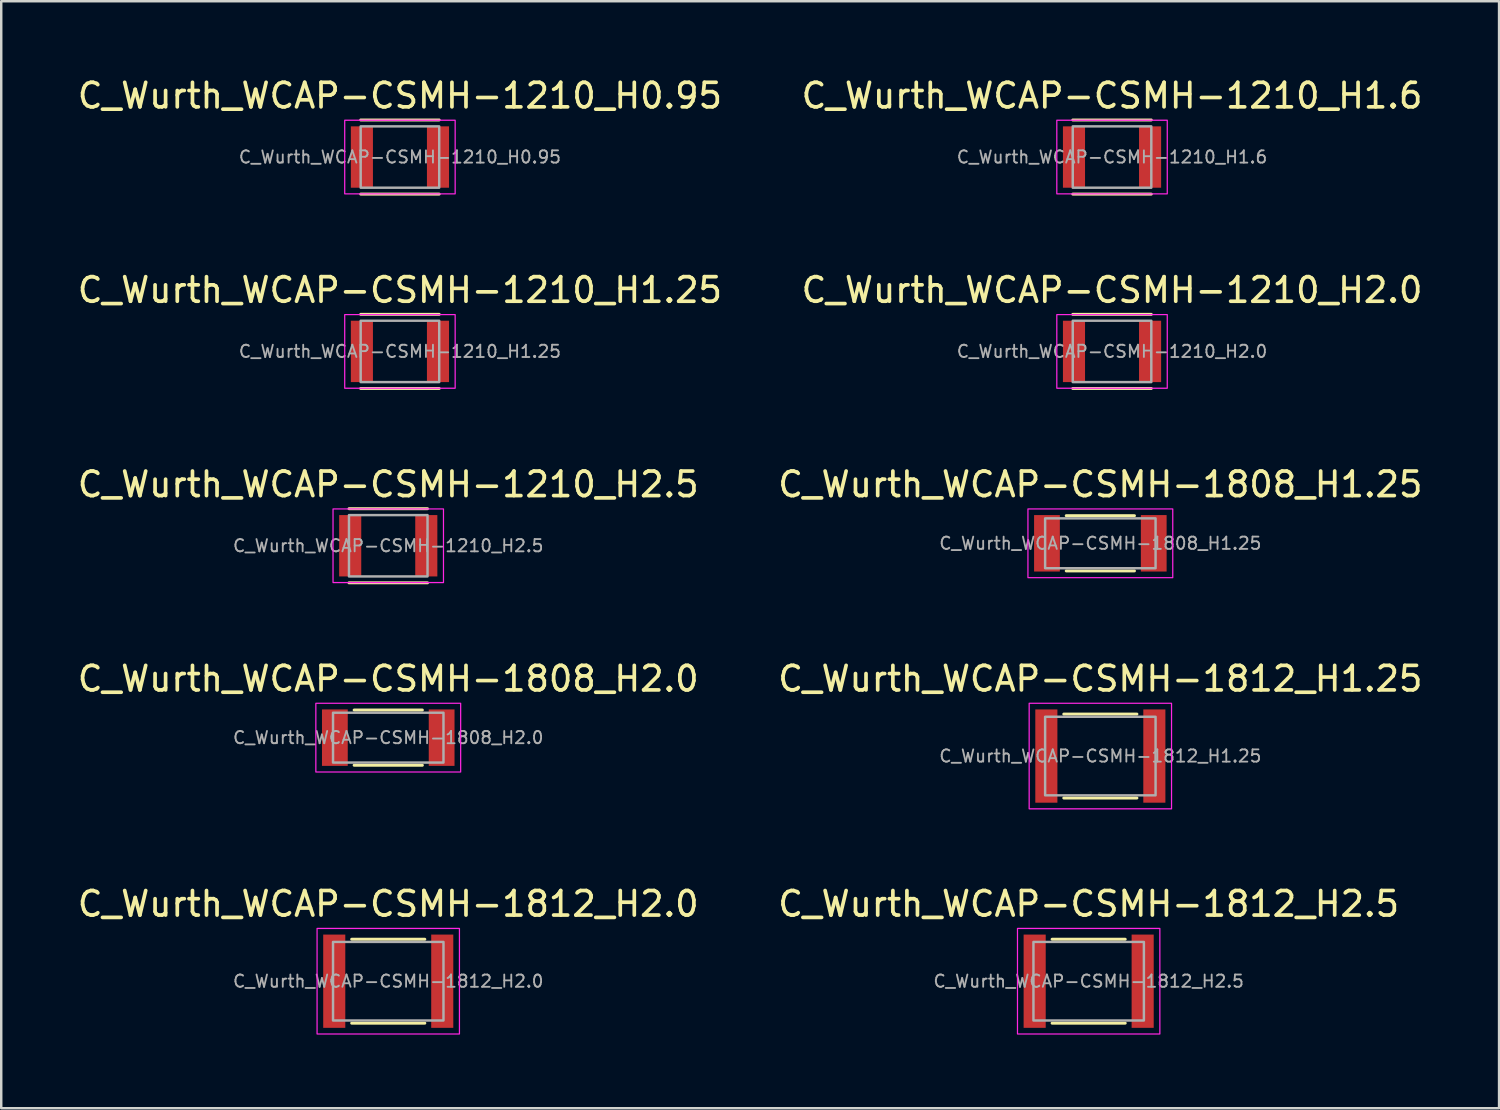
<source format=kicad_pcb>
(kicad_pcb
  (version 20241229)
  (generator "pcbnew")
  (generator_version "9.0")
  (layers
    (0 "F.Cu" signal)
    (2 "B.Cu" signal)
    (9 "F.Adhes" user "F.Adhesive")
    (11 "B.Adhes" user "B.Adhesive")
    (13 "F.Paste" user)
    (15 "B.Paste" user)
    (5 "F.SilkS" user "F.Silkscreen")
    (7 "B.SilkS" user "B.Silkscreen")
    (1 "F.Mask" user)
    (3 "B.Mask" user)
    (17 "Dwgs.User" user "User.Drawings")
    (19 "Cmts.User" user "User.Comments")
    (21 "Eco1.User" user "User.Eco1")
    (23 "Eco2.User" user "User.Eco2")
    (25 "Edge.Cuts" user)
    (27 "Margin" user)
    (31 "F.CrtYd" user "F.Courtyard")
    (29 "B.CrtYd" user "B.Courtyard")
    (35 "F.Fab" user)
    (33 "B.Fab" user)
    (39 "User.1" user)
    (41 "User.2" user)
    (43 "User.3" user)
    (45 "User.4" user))
  (footprint "C_Wurth_WCAP-CSMH-1210_H2.5"
    (layer "F.Cu")
    (at 12.768 19.185)
    (property "Reference" "C_Wurth_WCAP-CSMH-1210_H2.5" (at 0 -2.5 0) (unlocked yes) (layer "F.SilkS") (effects (font (size 1 1) (thickness 0.15))))
    (attr smd)
    (fp_line (start -1.6 -1.51) (end 1.6 -1.51) (stroke (width 0.12) (type solid)) (layer "F.SilkS"))
    (fp_line (start -1.6 1.51) (end 1.6 1.51) (stroke (width 0.12) (type solid)) (layer "F.SilkS"))
    (fp_rect (start -2.25 -1.5) (end 2.25 1.5) (stroke (width 0.05) (type solid)) (fill no) (layer "F.CrtYd"))
    (fp_rect (start -1.6 -1.25) (end 1.6 1.25) (stroke (width 0.1) (type solid)) (fill no) (layer "F.Fab"))
    (fp_text user "${REFERENCE}" (at 0 0 0) (unlocked yes) (layer "F.Fab") (effects (font (size 0.5 0.5) (thickness 0.075))))
    (pad "1" smd rect (at -1.55 0) (size 0.9 2.5) (layers "F.Cu" "F.Mask" "F.Paste"))
    (pad "2" smd rect (at 1.55 0) (size 0.9 2.5) (layers "F.Cu" "F.Mask" "F.Paste")))
  (footprint "C_Wurth_WCAP-CSMH-1808_H2.0"
    (layer "F.Cu")
    (at 12.768 27.003)
    (property "Reference" "C_Wurth_WCAP-CSMH-1808_H2.0" (at 0 -2.4 0) (unlocked yes) (layer "F.SilkS") (effects (font (size 1 1) (thickness 0.15))))
    (attr smd)
    (fp_line (start -1.39 -1.125) (end 1.39 -1.125) (stroke (width 0.12) (type solid)) (layer "F.SilkS"))
    (fp_line (start -1.39 1.125) (end 1.39 1.125) (stroke (width 0.12) (type solid)) (layer "F.SilkS"))
    (fp_rect (start -2.95 -1.4) (end 2.95 1.4) (stroke (width 0.05) (type solid)) (fill no) (layer "F.CrtYd"))
    (fp_rect (start -2.25 -1.015) (end 2.25 1.015) (stroke (width 0.1) (type solid)) (fill no) (layer "F.Fab"))
    (fp_text user "${REFERENCE}" (at 0 0 0) (unlocked yes) (layer "F.Fab") (effects (font (size 0.5 0.5) (thickness 0.075))))
    (pad "1" smd rect (at -2.175 0) (size 1.05 2.3) (layers "F.Cu" "F.Mask" "F.Paste"))
    (pad "2" smd rect (at 2.175 0) (size 1.05 2.3) (layers "F.Cu" "F.Mask" "F.Paste")))
  (footprint "C_Wurth_WCAP-CSMH-1210_H1.25"
    (layer "F.Cu")
    (at 13.244 11.267)
    (property "Reference" "C_Wurth_WCAP-CSMH-1210_H1.25" (at 0 -2.5 0) (unlocked yes) (layer "F.SilkS") (effects (font (size 1 1) (thickness 0.15))))
    (attr smd)
    (fp_line (start -1.6 -1.51) (end 1.6 -1.51) (stroke (width 0.12) (type solid)) (layer "F.SilkS"))
    (fp_line (start -1.6 1.51) (end 1.6 1.51) (stroke (width 0.12) (type solid)) (layer "F.SilkS"))
    (fp_rect (start -2.25 -1.5) (end 2.25 1.5) (stroke (width 0.05) (type solid)) (fill no) (layer "F.CrtYd"))
    (fp_rect (start -1.6 -1.25) (end 1.6 1.25) (stroke (width 0.1) (type solid)) (fill no) (layer "F.Fab"))
    (fp_text user "${REFERENCE}" (at 0 0 0) (unlocked yes) (layer "F.Fab") (effects (font (size 0.5 0.5) (thickness 0.075))))
    (pad "1" smd rect (at -1.55 0) (size 0.9 2.5) (layers "F.Cu" "F.Mask" "F.Paste"))
    (pad "2" smd rect (at 1.55 0) (size 0.9 2.5) (layers "F.Cu" "F.Mask" "F.Paste")))
  (footprint "C_Wurth_WCAP-CSMH-1210_H0.95"
    (layer "F.Cu")
    (at 13.244 3.348)
    (property "Reference" "C_Wurth_WCAP-CSMH-1210_H0.95" (at 0 -2.5 0) (unlocked yes) (layer "F.SilkS") (effects (font (size 1 1) (thickness 0.15))))
    (attr smd)
    (fp_line (start -1.6 -1.51) (end 1.6 -1.51) (stroke (width 0.12) (type solid)) (layer "F.SilkS"))
    (fp_line (start -1.6 1.51) (end 1.6 1.51) (stroke (width 0.12) (type solid)) (layer "F.SilkS"))
    (fp_rect (start -2.25 -1.5) (end 2.25 1.5) (stroke (width 0.05) (type solid)) (fill no) (layer "F.CrtYd"))
    (fp_rect (start -1.6 -1.25) (end 1.6 1.25) (stroke (width 0.1) (type solid)) (fill no) (layer "F.Fab"))
    (fp_text user "${REFERENCE}" (at 0 0 0) (unlocked yes) (layer "F.Fab") (effects (font (size 0.5 0.5) (thickness 0.075))))
    (pad "1" smd rect (at -1.55 0) (size 0.9 2.5) (layers "F.Cu" "F.Mask" "F.Paste"))
    (pad "2" smd rect (at 1.55 0) (size 0.9 2.5) (layers "F.Cu" "F.Mask" "F.Paste")))
  (footprint "C_Wurth_WCAP-CSMH-1812_H2.0"
    (layer "F.Cu")
    (at 12.768 36.926)
    (property "Reference" "C_Wurth_WCAP-CSMH-1812_H2.0" (at 0 -3.15 0) (unlocked yes) (layer "F.SilkS") (effects (font (size 1 1) (thickness 0.15))))
    (attr smd)
    (fp_line (start -1.49 -1.71) (end 1.49 -1.71) (stroke (width 0.12) (type solid)) (layer "F.SilkS"))
    (fp_line (start -1.49 1.71) (end 1.49 1.71) (stroke (width 0.12) (type solid)) (layer "F.SilkS"))
    (fp_rect (start -2.9 -2.15) (end 2.9 2.15) (stroke (width 0.05) (type solid)) (fill no) (layer "F.CrtYd"))
    (fp_rect (start -2.25 -1.6) (end 2.25 1.6) (stroke (width 0.1) (type solid)) (fill no) (layer "F.Fab"))
    (fp_text user "${REFERENCE}" (at 0 0 0) (unlocked yes) (layer "F.Fab") (effects (font (size 0.5 0.5) (thickness 0.075))))
    (pad "1" smd rect (at -2.2 0) (size 0.9 3.8) (layers "F.Cu" "F.Mask" "F.Paste"))
    (pad "2" smd rect (at 2.2 0) (size 0.9 3.8) (layers "F.Cu" "F.Mask" "F.Paste")))
  (footprint "C_Wurth_WCAP-CSMH-1210_H1.6"
    (layer "F.Cu")
    (at 42.256 3.348)
    (property "Reference" "C_Wurth_WCAP-CSMH-1210_H1.6" (at 0 -2.5 0) (unlocked yes) (layer "F.SilkS") (effects (font (size 1 1) (thickness 0.15))))
    (attr smd)
    (fp_line (start -1.6 -1.51) (end 1.6 -1.51) (stroke (width 0.12) (type solid)) (layer "F.SilkS"))
    (fp_line (start -1.6 1.51) (end 1.6 1.51) (stroke (width 0.12) (type solid)) (layer "F.SilkS"))
    (fp_rect (start -2.25 -1.5) (end 2.25 1.5) (stroke (width 0.05) (type solid)) (fill no) (layer "F.CrtYd"))
    (fp_rect (start -1.6 -1.25) (end 1.6 1.25) (stroke (width 0.1) (type solid)) (fill no) (layer "F.Fab"))
    (fp_text user "${REFERENCE}" (at 0 0 0) (unlocked yes) (layer "F.Fab") (effects (font (size 0.5 0.5) (thickness 0.075))))
    (pad "1" smd rect (at -1.55 0) (size 0.9 2.5) (layers "F.Cu" "F.Mask" "F.Paste"))
    (pad "2" smd rect (at 1.55 0) (size 0.9 2.5) (layers "F.Cu" "F.Mask" "F.Paste")))
  (footprint "C_Wurth_WCAP-CSMH-1812_H2.5"
    (layer "F.Cu")
    (at 41.304 36.926)
    (property "Reference" "C_Wurth_WCAP-CSMH-1812_H2.5" (at 0 -3.15 0) (unlocked yes) (layer "F.SilkS") (effects (font (size 1 1) (thickness 0.15))))
    (attr smd)
    (fp_line (start -1.49 -1.71) (end 1.49 -1.71) (stroke (width 0.12) (type solid)) (layer "F.SilkS"))
    (fp_line (start -1.49 1.71) (end 1.49 1.71) (stroke (width 0.12) (type solid)) (layer "F.SilkS"))
    (fp_rect (start -2.9 -2.15) (end 2.9 2.15) (stroke (width 0.05) (type solid)) (fill no) (layer "F.CrtYd"))
    (fp_rect (start -2.25 -1.6) (end 2.25 1.6) (stroke (width 0.1) (type solid)) (fill no) (layer "F.Fab"))
    (fp_text user "${REFERENCE}" (at 0 0 0) (unlocked yes) (layer "F.Fab") (effects (font (size 0.5 0.5) (thickness 0.075))))
    (pad "1" smd rect (at -2.2 0) (size 0.9 3.8) (layers "F.Cu" "F.Mask" "F.Paste"))
    (pad "2" smd rect (at 2.2 0) (size 0.9 3.8) (layers "F.Cu" "F.Mask" "F.Paste")))
  (footprint "C_Wurth_WCAP-CSMH-1812_H1.25"
    (layer "F.Cu")
    (at 41.78 27.753)
    (property "Reference" "C_Wurth_WCAP-CSMH-1812_H1.25" (at 0 -3.15 0) (unlocked yes) (layer "F.SilkS") (effects (font (size 1 1) (thickness 0.15))))
    (attr smd)
    (fp_line (start -1.49 -1.71) (end 1.49 -1.71) (stroke (width 0.12) (type solid)) (layer "F.SilkS"))
    (fp_line (start -1.49 1.71) (end 1.49 1.71) (stroke (width 0.12) (type solid)) (layer "F.SilkS"))
    (fp_rect (start -2.9 -2.15) (end 2.9 2.15) (stroke (width 0.05) (type solid)) (fill no) (layer "F.CrtYd"))
    (fp_rect (start -2.25 -1.6) (end 2.25 1.6) (stroke (width 0.1) (type solid)) (fill no) (layer "F.Fab"))
    (fp_text user "${REFERENCE}" (at 0 0 0) (unlocked yes) (layer "F.Fab") (effects (font (size 0.5 0.5) (thickness 0.075))))
    (pad "1" smd rect (at -2.2 0) (size 0.9 3.8) (layers "F.Cu" "F.Mask" "F.Paste"))
    (pad "2" smd rect (at 2.2 0) (size 0.9 3.8) (layers "F.Cu" "F.Mask" "F.Paste")))
  (footprint "C_Wurth_WCAP-CSMH-1210_H2.0"
    (layer "F.Cu")
    (at 42.256 11.267)
    (property "Reference" "C_Wurth_WCAP-CSMH-1210_H2.0" (at 0 -2.5 0) (unlocked yes) (layer "F.SilkS") (effects (font (size 1 1) (thickness 0.15))))
    (attr smd)
    (fp_line (start -1.6 -1.51) (end 1.6 -1.51) (stroke (width 0.12) (type solid)) (layer "F.SilkS"))
    (fp_line (start -1.6 1.51) (end 1.6 1.51) (stroke (width 0.12) (type solid)) (layer "F.SilkS"))
    (fp_rect (start -2.25 -1.5) (end 2.25 1.5) (stroke (width 0.05) (type solid)) (fill no) (layer "F.CrtYd"))
    (fp_rect (start -1.6 -1.25) (end 1.6 1.25) (stroke (width 0.1) (type solid)) (fill no) (layer "F.Fab"))
    (fp_text user "${REFERENCE}" (at 0 0 0) (unlocked yes) (layer "F.Fab") (effects (font (size 0.5 0.5) (thickness 0.075))))
    (pad "1" smd rect (at -1.55 0) (size 0.9 2.5) (layers "F.Cu" "F.Mask" "F.Paste"))
    (pad "2" smd rect (at 1.55 0) (size 0.9 2.5) (layers "F.Cu" "F.Mask" "F.Paste")))
  (footprint "C_Wurth_WCAP-CSMH-1808_H1.25"
    (layer "F.Cu")
    (at 41.78 19.085)
    (property "Reference" "C_Wurth_WCAP-CSMH-1808_H1.25" (at 0 -2.4 0) (unlocked yes) (layer "F.SilkS") (effects (font (size 1 1) (thickness 0.15))))
    (attr smd)
    (fp_line (start -1.39 -1.125) (end 1.39 -1.125) (stroke (width 0.12) (type solid)) (layer "F.SilkS"))
    (fp_line (start -1.39 1.125) (end 1.39 1.125) (stroke (width 0.12) (type solid)) (layer "F.SilkS"))
    (fp_rect (start -2.95 -1.4) (end 2.95 1.4) (stroke (width 0.05) (type solid)) (fill no) (layer "F.CrtYd"))
    (fp_rect (start -2.25 -1.015) (end 2.25 1.015) (stroke (width 0.1) (type solid)) (fill no) (layer "F.Fab"))
    (fp_text user "${REFERENCE}" (at 0 0 0) (unlocked yes) (layer "F.Fab") (effects (font (size 0.5 0.5) (thickness 0.075))))
    (pad "1" smd rect (at -2.175 0) (size 1.05 2.3) (layers "F.Cu" "F.Mask" "F.Paste"))
    (pad "2" smd rect (at 2.175 0) (size 1.05 2.3) (layers "F.Cu" "F.Mask" "F.Paste")))
  (gr_rect
    (start -3 -3)
    (end 58.024 42.101)
    (stroke (width 0.1) (type default))
    (fill no)
    (layer "Edge.Cuts")))
</source>
